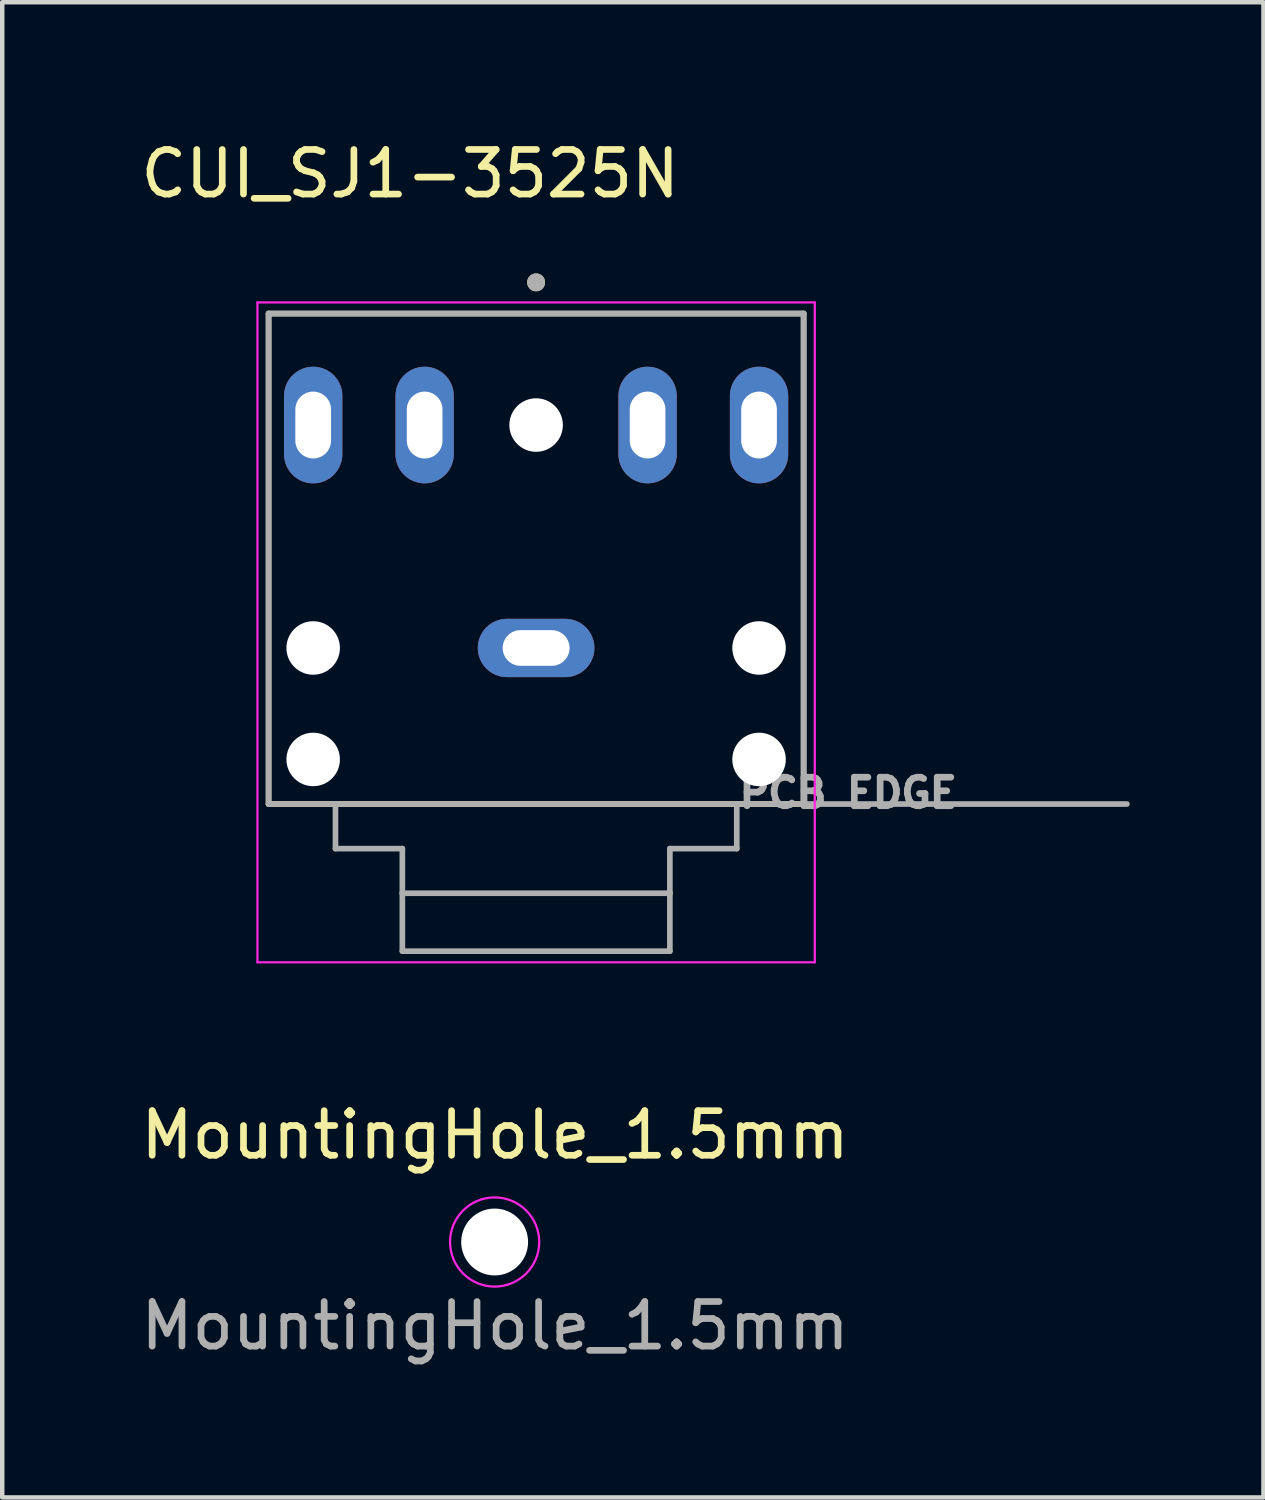
<source format=kicad_pcb>
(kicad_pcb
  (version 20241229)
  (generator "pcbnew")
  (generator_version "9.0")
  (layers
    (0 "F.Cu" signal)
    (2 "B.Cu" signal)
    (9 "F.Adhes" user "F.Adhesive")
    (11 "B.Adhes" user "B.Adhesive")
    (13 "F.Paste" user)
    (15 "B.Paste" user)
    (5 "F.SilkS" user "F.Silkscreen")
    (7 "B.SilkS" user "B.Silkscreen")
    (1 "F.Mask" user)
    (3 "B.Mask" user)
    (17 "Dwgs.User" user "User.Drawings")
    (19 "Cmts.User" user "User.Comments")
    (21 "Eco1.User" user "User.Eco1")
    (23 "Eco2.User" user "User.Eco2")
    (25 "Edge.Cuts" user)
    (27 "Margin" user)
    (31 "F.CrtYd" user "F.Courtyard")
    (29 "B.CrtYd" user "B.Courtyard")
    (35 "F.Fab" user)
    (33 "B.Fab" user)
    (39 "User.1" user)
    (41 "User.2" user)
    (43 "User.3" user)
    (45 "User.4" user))
  (footprint "MountingHole_1.5mm"
    (layer "F.Cu")
    (at 8.044 24.806)
    (property "Reference" "MountingHole_1.5mm" (at 0.01 -2.4 0) (layer "F.SilkS") (effects (font (size 1 1) (thickness 0.15))))
    (attr exclude_from_pos_files exclude_from_bom)
    (fp_circle (center 0 0) (end 1 0) (stroke (width 0.05) (type solid)) (fill no) (layer "F.CrtYd"))
    (fp_text user "${REFERENCE}" (at 0.01 1.88 0) (layer "F.Fab") (effects (font (size 1 1) (thickness 0.15))))
    (pad "" np_thru_hole circle (at 0 0) (size 1.5 1.5) (drill 1.5) (layers "*.Cu" "*.Mask")))
  (footprint "CUI_SJ1-3525N"
    (layer "F.Cu")
    (at 8.974 11.483)
    (property "Reference" "CUI_SJ1-3525N" (at -2.825 -10.635 0) (layer "F.SilkS") (effects (font (size 1 1) (thickness 0.15))))
    (attr through_hole)
    (fp_line (start -6 -7.5) (end -6 3.5) (stroke (width 0.127) (type solid)) (layer "F.SilkS"))
    (fp_line (start -6 -7.5) (end 6 -7.5) (stroke (width 0.127) (type solid)) (layer "F.SilkS"))
    (fp_line (start -6 3.5) (end 6 3.5) (stroke (width 0.127) (type solid)) (layer "F.SilkS"))
    (fp_line (start 6 -7.5) (end 6 3.5) (stroke (width 0.127) (type solid)) (layer "F.SilkS"))
    (fp_circle (center 0 -8.2) (end 0.1 -8.2) (stroke (width 0.2) (type solid)) (fill no) (layer "F.SilkS"))
    (fp_line (start -6.25 -7.75) (end -6.25 7.05) (stroke (width 0.05) (type solid)) (layer "F.CrtYd"))
    (fp_line (start -6.25 7.05) (end 6.25 7.05) (stroke (width 0.05) (type solid)) (layer "F.CrtYd"))
    (fp_line (start 6.25 -7.75) (end -6.25 -7.75) (stroke (width 0.05) (type solid)) (layer "F.CrtYd"))
    (fp_line (start 6.25 7.05) (end 6.25 -7.75) (stroke (width 0.05) (type solid)) (layer "F.CrtYd"))
    (fp_line (start -6 -7.5) (end -6 3.5) (stroke (width 0.127) (type solid)) (layer "F.Fab"))
    (fp_line (start -6 -7.5) (end 6 -7.5) (stroke (width 0.127) (type solid)) (layer "F.Fab"))
    (fp_line (start -6 3.5) (end -4.5 3.5) (stroke (width 0.127) (type solid)) (layer "F.Fab"))
    (fp_line (start -4.5 3.5) (end -4.5 4.5) (stroke (width 0.127) (type solid)) (layer "F.Fab"))
    (fp_line (start -4.5 3.5) (end 4.5 3.5) (stroke (width 0.127) (type solid)) (layer "F.Fab"))
    (fp_line (start -4.5 4.5) (end -3 4.5) (stroke (width 0.127) (type solid)) (layer "F.Fab"))
    (fp_line (start -3 4.5) (end -3 5.5) (stroke (width 0.127) (type solid)) (layer "F.Fab"))
    (fp_line (start -3 5.5) (end -3 6.8) (stroke (width 0.127) (type solid)) (layer "F.Fab"))
    (fp_line (start -3 5.5) (end 3 5.5) (stroke (width 0.127) (type solid)) (layer "F.Fab"))
    (fp_line (start -3 6.8) (end 3 6.8) (stroke (width 0.127) (type solid)) (layer "F.Fab"))
    (fp_line (start 3 4.5) (end 4.5 4.5) (stroke (width 0.127) (type solid)) (layer "F.Fab"))
    (fp_line (start 3 5.5) (end 3 4.5) (stroke (width 0.127) (type solid)) (layer "F.Fab"))
    (fp_line (start 3 6.8) (end 3 5.5) (stroke (width 0.127) (type solid)) (layer "F.Fab"))
    (fp_line (start 4.5 3.5) (end 6 3.5) (stroke (width 0.127) (type solid)) (layer "F.Fab"))
    (fp_line (start 4.5 4.5) (end 4.5 3.5) (stroke (width 0.127) (type solid)) (layer "F.Fab"))
    (fp_line (start 6 -7.5) (end 6 3.5) (stroke (width 0.127) (type solid)) (layer "F.Fab"))
    (fp_line (start 6 3.5) (end 13.25 3.5) (stroke (width 0.127) (type solid)) (layer "F.Fab"))
    (fp_circle (center 0 -8.2) (end 0.1 -8.2) (stroke (width 0.2) (type solid)) (fill no) (layer "F.Fab"))
    (fp_text user "PCB EDGE" (at 7 3.25 0) (layer "F.Fab") (effects (font (size 0.64 0.64) (thickness 0.15))))
    (pad "" np_thru_hole circle (at -5 0) (size 1.2 1.2) (drill 1.2) (layers "*.Cu" "*.Mask"))
    (pad "" np_thru_hole circle (at -5 2.5) (size 1.2 1.2) (drill 1.2) (layers "*.Cu" "*.Mask"))
    (pad "" np_thru_hole circle (at 0 -5) (size 1.2 1.2) (drill 1.2) (layers "*.Cu" "*.Mask"))
    (pad "" np_thru_hole circle (at 5 0) (size 1.2 1.2) (drill 1.2) (layers "*.Cu" "*.Mask"))
    (pad "" np_thru_hole circle (at 5 2.5) (size 1.2 1.2) (drill 1.2) (layers "*.Cu" "*.Mask"))
    (pad "1" thru_hole oval (at 0 0) (size 2.616 1.308) (drill oval 1.5 0.8) (layers "*.Cu" "*.Mask"))
    (pad "2" thru_hole oval (at 5 -5) (size 1.308 2.616) (drill oval 0.8 1.5) (layers "*.Cu" "*.Mask"))
    (pad "3" thru_hole oval (at -5 -5) (size 1.308 2.616) (drill oval 0.8 1.5) (layers "*.Cu" "*.Mask"))
    (pad "10" thru_hole oval (at 2.5 -5) (size 1.308 2.616) (drill oval 0.8 1.5) (layers "*.Cu" "*.Mask"))
    (pad "11" thru_hole oval (at -2.5 -5) (size 1.308 2.616) (drill oval 0.8 1.5) (layers "*.Cu" "*.Mask")))
  (gr_rect
    (start -3 -3)
    (end 25.287 30.535)
    (stroke (width 0.1) (type default))
    (fill no)
    (layer "Edge.Cuts")))
</source>
